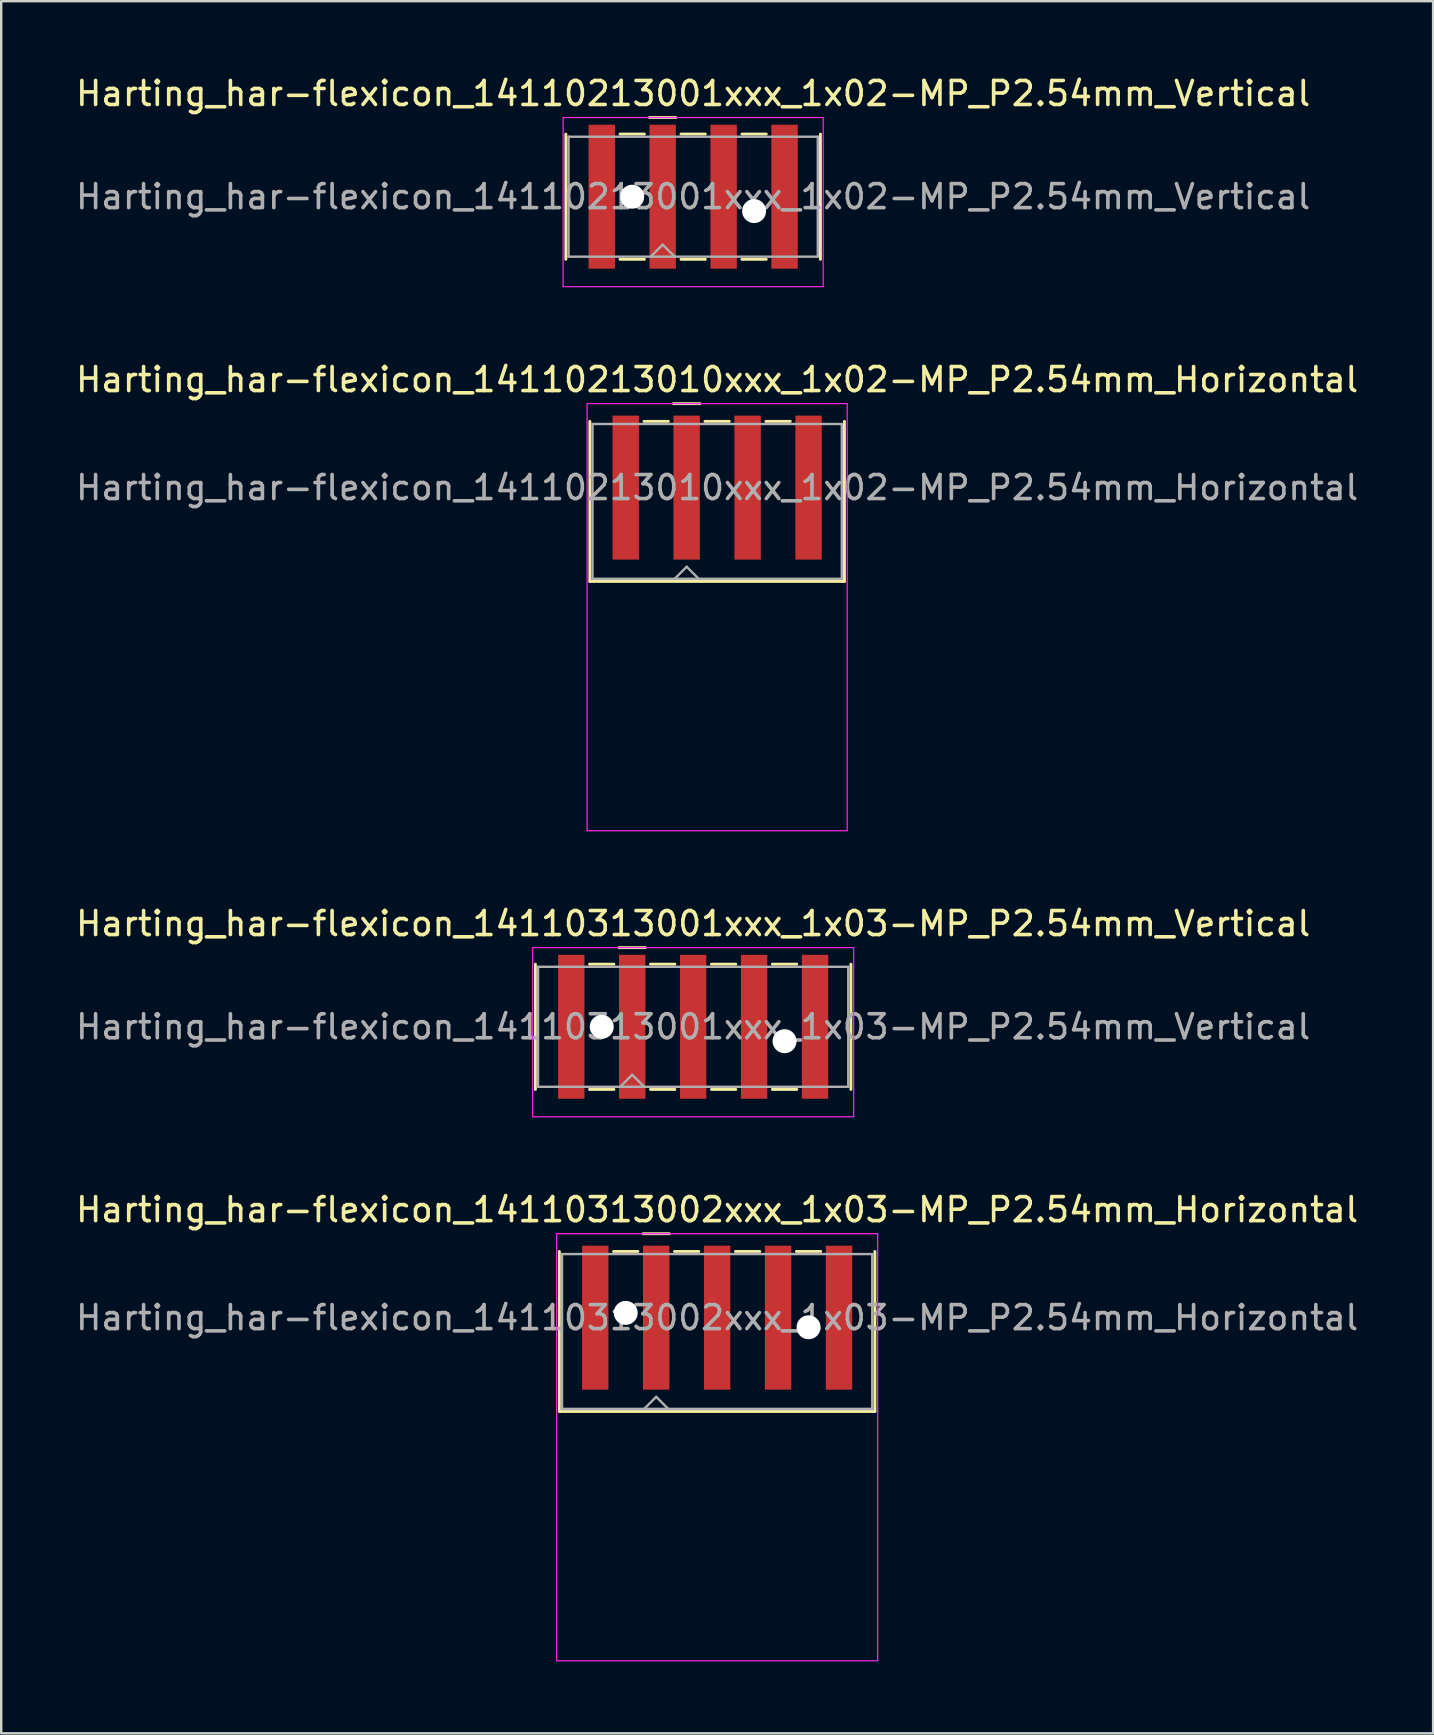
<source format=kicad_pcb>
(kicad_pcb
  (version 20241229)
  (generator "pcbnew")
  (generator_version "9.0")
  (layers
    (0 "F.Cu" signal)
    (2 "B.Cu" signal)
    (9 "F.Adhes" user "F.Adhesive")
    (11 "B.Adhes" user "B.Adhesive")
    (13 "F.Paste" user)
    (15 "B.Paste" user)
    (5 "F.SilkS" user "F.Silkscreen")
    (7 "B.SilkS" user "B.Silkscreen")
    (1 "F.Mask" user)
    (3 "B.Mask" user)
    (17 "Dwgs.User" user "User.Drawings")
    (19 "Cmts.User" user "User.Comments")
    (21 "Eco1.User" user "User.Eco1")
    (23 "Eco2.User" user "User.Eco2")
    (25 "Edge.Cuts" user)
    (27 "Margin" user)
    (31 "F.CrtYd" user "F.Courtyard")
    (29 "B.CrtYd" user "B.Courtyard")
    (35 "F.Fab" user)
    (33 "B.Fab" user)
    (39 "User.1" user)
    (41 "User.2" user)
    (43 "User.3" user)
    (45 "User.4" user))
  (footprint "Harting_har-flexicon_14110213001xxx_1x02-MP_P2.54mm_Vertical"
    (layer "F.Cu")
    (at 25.839 5.148)
    (property "Reference" "Harting_har-flexicon_14110213001xxx_1x02-MP_P2.54mm_Vertical" (at 0 -4.3 0) (layer "F.SilkS") (effects (font (size 1 1) (thickness 0.15))))
    (attr smd)
    (fp_line (start -5.305 -2.61) (end -5.305 2.61) (stroke (width 0.12) (type solid)) (layer "F.SilkS"))
    (fp_line (start -3.048 -2.61) (end -2.032 -2.61) (stroke (width 0.12) (type solid)) (layer "F.SilkS"))
    (fp_line (start -3.048 2.61) (end -2.032 2.61) (stroke (width 0.12) (type solid)) (layer "F.SilkS"))
    (fp_line (start -1.82 -3.3) (end -0.72 -3.3) (stroke (width 0.12) (type solid)) (layer "F.SilkS"))
    (fp_line (start -0.508 -2.61) (end 0.508 -2.61) (stroke (width 0.12) (type solid)) (layer "F.SilkS"))
    (fp_line (start -0.508 2.61) (end 0.508 2.61) (stroke (width 0.12) (type solid)) (layer "F.SilkS"))
    (fp_line (start 2.032 -2.61) (end 3.048 -2.61) (stroke (width 0.12) (type solid)) (layer "F.SilkS"))
    (fp_line (start 2.032 2.61) (end 3.048 2.61) (stroke (width 0.12) (type solid)) (layer "F.SilkS"))
    (fp_line (start 5.305 -2.61) (end 5.305 2.61) (stroke (width 0.12) (type solid)) (layer "F.SilkS"))
    (fp_line (start -5.42 -3.3) (end -5.42 3.75) (stroke (width 0.05) (type solid)) (layer "F.CrtYd"))
    (fp_line (start -5.42 3.75) (end 5.42 3.75) (stroke (width 0.05) (type solid)) (layer "F.CrtYd"))
    (fp_line (start 5.42 -3.3) (end -5.42 -3.3) (stroke (width 0.05) (type solid)) (layer "F.CrtYd"))
    (fp_line (start 5.42 3.75) (end 5.42 -3.3) (stroke (width 0.05) (type solid)) (layer "F.CrtYd"))
    (fp_line (start -5.195 -2.5) (end -5.195 2.5) (stroke (width 0.1) (type solid)) (layer "F.Fab"))
    (fp_line (start -5.195 2.5) (end 5.195 2.5) (stroke (width 0.1) (type solid)) (layer "F.Fab"))
    (fp_line (start -1.77 2.5) (end -1.27 2) (stroke (width 0.1) (type solid)) (layer "F.Fab"))
    (fp_line (start -1.27 2) (end -0.77 2.5) (stroke (width 0.1) (type solid)) (layer "F.Fab"))
    (fp_line (start 5.195 -2.5) (end -5.195 -2.5) (stroke (width 0.1) (type solid)) (layer "F.Fab"))
    (fp_line (start 5.195 2.5) (end 5.195 -2.5) (stroke (width 0.1) (type solid)) (layer "F.Fab"))
    (fp_text user "${REFERENCE}" (at 0 0 0) (layer "F.Fab") (effects (font (size 1 1) (thickness 0.15))))
    (pad "" np_thru_hole circle (at -2.54 0) (size 1 1) (drill 1) (layers "*.Cu" "*.Mask"))
    (pad "" np_thru_hole circle (at 2.54 0.6) (size 1 1) (drill 1) (layers "*.Cu" "*.Mask"))
    (pad "1" smd rect (at -1.27 0) (size 1.1 6) (layers "F.Cu" "F.Mask" "F.Paste"))
    (pad "2" smd rect (at 1.27 0) (size 1.1 6) (layers "F.Cu" "F.Mask" "F.Paste"))
    (pad "MP" smd rect (at -3.81 0) (size 1.1 6) (layers "F.Cu" "F.Mask" "F.Paste"))
    (pad "MP" smd rect (at 3.81 0) (size 1.1 6) (layers "F.Cu" "F.Mask" "F.Paste")))
  (footprint "Harting_har-flexicon_14110313001xxx_1x03-MP_P2.54mm_Vertical"
    (layer "F.Cu")
    (at 25.839 39.745)
    (property "Reference" "Harting_har-flexicon_14110313001xxx_1x03-MP_P2.54mm_Vertical" (at 0 -4.3 0) (layer "F.SilkS") (effects (font (size 1 1) (thickness 0.15))))
    (attr smd)
    (fp_line (start -6.575 -2.61) (end -6.575 2.61) (stroke (width 0.12) (type solid)) (layer "F.SilkS"))
    (fp_line (start -4.318 -2.61) (end -3.302 -2.61) (stroke (width 0.12) (type solid)) (layer "F.SilkS"))
    (fp_line (start -4.318 2.61) (end -3.302 2.61) (stroke (width 0.12) (type solid)) (layer "F.SilkS"))
    (fp_line (start -3.09 -3.3) (end -1.99 -3.3) (stroke (width 0.12) (type solid)) (layer "F.SilkS"))
    (fp_line (start -1.778 -2.61) (end -0.762 -2.61) (stroke (width 0.12) (type solid)) (layer "F.SilkS"))
    (fp_line (start -1.778 2.61) (end -0.762 2.61) (stroke (width 0.12) (type solid)) (layer "F.SilkS"))
    (fp_line (start 0.762 -2.61) (end 1.778 -2.61) (stroke (width 0.12) (type solid)) (layer "F.SilkS"))
    (fp_line (start 0.762 2.61) (end 1.778 2.61) (stroke (width 0.12) (type solid)) (layer "F.SilkS"))
    (fp_line (start 3.302 -2.61) (end 4.318 -2.61) (stroke (width 0.12) (type solid)) (layer "F.SilkS"))
    (fp_line (start 3.302 2.61) (end 4.318 2.61) (stroke (width 0.12) (type solid)) (layer "F.SilkS"))
    (fp_line (start 6.575 -2.61) (end 6.575 2.61) (stroke (width 0.12) (type solid)) (layer "F.SilkS"))
    (fp_line (start -6.69 -3.3) (end -6.69 3.75) (stroke (width 0.05) (type solid)) (layer "F.CrtYd"))
    (fp_line (start -6.69 3.75) (end 6.69 3.75) (stroke (width 0.05) (type solid)) (layer "F.CrtYd"))
    (fp_line (start 6.69 -3.3) (end -6.69 -3.3) (stroke (width 0.05) (type solid)) (layer "F.CrtYd"))
    (fp_line (start 6.69 3.75) (end 6.69 -3.3) (stroke (width 0.05) (type solid)) (layer "F.CrtYd"))
    (fp_line (start -6.465 -2.5) (end -6.465 2.5) (stroke (width 0.1) (type solid)) (layer "F.Fab"))
    (fp_line (start -6.465 2.5) (end 6.465 2.5) (stroke (width 0.1) (type solid)) (layer "F.Fab"))
    (fp_line (start -3.04 2.5) (end -2.54 2) (stroke (width 0.1) (type solid)) (layer "F.Fab"))
    (fp_line (start -2.54 2) (end -2.04 2.5) (stroke (width 0.1) (type solid)) (layer "F.Fab"))
    (fp_line (start 6.465 -2.5) (end -6.465 -2.5) (stroke (width 0.1) (type solid)) (layer "F.Fab"))
    (fp_line (start 6.465 2.5) (end 6.465 -2.5) (stroke (width 0.1) (type solid)) (layer "F.Fab"))
    (fp_text user "${REFERENCE}" (at 0 0 0) (layer "F.Fab") (effects (font (size 1 1) (thickness 0.15))))
    (pad "" np_thru_hole circle (at -3.81 0) (size 1 1) (drill 1) (layers "*.Cu" "*.Mask"))
    (pad "" np_thru_hole circle (at 3.81 0.6) (size 1 1) (drill 1) (layers "*.Cu" "*.Mask"))
    (pad "1" smd rect (at -2.54 0) (size 1.1 6) (layers "F.Cu" "F.Mask" "F.Paste"))
    (pad "2" smd rect (at 0 0) (size 1.1 6) (layers "F.Cu" "F.Mask" "F.Paste"))
    (pad "3" smd rect (at 2.54 0) (size 1.1 6) (layers "F.Cu" "F.Mask" "F.Paste"))
    (pad "MP" smd rect (at -5.08 0) (size 1.1 6) (layers "F.Cu" "F.Mask" "F.Paste"))
    (pad "MP" smd rect (at 5.08 0) (size 1.1 6) (layers "F.Cu" "F.Mask" "F.Paste")))
  (footprint "Harting_har-flexicon_14110213010xxx_1x02-MP_P2.54mm_Horizontal"
    (layer "F.Cu")
    (at 26.839 18.572)
    (property "Reference" "Harting_har-flexicon_14110213010xxx_1x02-MP_P2.54mm_Horizontal" (at 0 -5.8 0) (layer "F.SilkS") (effects (font (size 1 1) (thickness 0.15))))
    (attr smd)
    (fp_line (start -5.305 -4.06) (end -5.305 2.61) (stroke (width 0.12) (type solid)) (layer "F.SilkS"))
    (fp_line (start -3.048 -4.06) (end -2.032 -4.06) (stroke (width 0.12) (type solid)) (layer "F.SilkS"))
    (fp_line (start -1.82 -4.8) (end -0.72 -4.8) (stroke (width 0.12) (type solid)) (layer "F.SilkS"))
    (fp_line (start -0.508 -4.06) (end 0.508 -4.06) (stroke (width 0.12) (type solid)) (layer "F.SilkS"))
    (fp_line (start 2.032 -4.06) (end 3.048 -4.06) (stroke (width 0.12) (type solid)) (layer "F.SilkS"))
    (fp_line (start 5.305 -4.06) (end 5.305 2.61) (stroke (width 0.12) (type solid)) (layer "F.SilkS"))
    (fp_line (start 5.305 2.61) (end -5.305 2.61) (stroke (width 0.12) (type solid)) (layer "F.SilkS"))
    (fp_line (start -5.42 -4.8) (end -5.42 13) (stroke (width 0.05) (type solid)) (layer "F.CrtYd"))
    (fp_line (start -5.42 13) (end 5.42 13) (stroke (width 0.05) (type solid)) (layer "F.CrtYd"))
    (fp_line (start 5.42 -4.8) (end -5.42 -4.8) (stroke (width 0.05) (type solid)) (layer "F.CrtYd"))
    (fp_line (start 5.42 13) (end 5.42 -4.8) (stroke (width 0.05) (type solid)) (layer "F.CrtYd"))
    (fp_line (start -5.195 -3.95) (end -5.195 2.5) (stroke (width 0.1) (type solid)) (layer "F.Fab"))
    (fp_line (start -5.195 2.5) (end 5.195 2.5) (stroke (width 0.1) (type solid)) (layer "F.Fab"))
    (fp_line (start -1.77 2.5) (end -1.27 2) (stroke (width 0.1) (type solid)) (layer "F.Fab"))
    (fp_line (start -1.27 2) (end -0.77 2.5) (stroke (width 0.1) (type solid)) (layer "F.Fab"))
    (fp_line (start 5.195 -3.95) (end -5.195 -3.95) (stroke (width 0.1) (type solid)) (layer "F.Fab"))
    (fp_line (start 5.195 2.5) (end 5.195 -3.95) (stroke (width 0.1) (type solid)) (layer "F.Fab"))
    (fp_text user "${REFERENCE}" (at 0 -1.3 0) (layer "F.Fab") (effects (font (size 1 1) (thickness 0.15))))
    (pad "1" smd rect (at -1.27 -1.3) (size 1.1 6) (layers "F.Cu" "F.Mask" "F.Paste"))
    (pad "2" smd rect (at 1.27 -1.3) (size 1.1 6) (layers "F.Cu" "F.Mask" "F.Paste"))
    (pad "MP" smd rect (at -3.81 -1.3) (size 1.1 6) (layers "F.Cu" "F.Mask" "F.Paste"))
    (pad "MP" smd rect (at 3.81 -1.3) (size 1.1 6) (layers "F.Cu" "F.Mask" "F.Paste")))
  (footprint "Harting_har-flexicon_14110313002xxx_1x03-MP_P2.54mm_Horizontal"
    (layer "F.Cu")
    (at 26.839 53.168)
    (property "Reference" "Harting_har-flexicon_14110313002xxx_1x03-MP_P2.54mm_Horizontal" (at 0 -5.8 0) (layer "F.SilkS") (effects (font (size 1 1) (thickness 0.15))))
    (attr smd)
    (fp_line (start -6.575 -4.06) (end -6.575 2.61) (stroke (width 0.12) (type solid)) (layer "F.SilkS"))
    (fp_line (start -4.318 -4.06) (end -3.302 -4.06) (stroke (width 0.12) (type solid)) (layer "F.SilkS"))
    (fp_line (start -3.09 -4.8) (end -1.99 -4.8) (stroke (width 0.12) (type solid)) (layer "F.SilkS"))
    (fp_line (start -1.778 -4.06) (end -0.762 -4.06) (stroke (width 0.12) (type solid)) (layer "F.SilkS"))
    (fp_line (start 0.762 -4.06) (end 1.778 -4.06) (stroke (width 0.12) (type solid)) (layer "F.SilkS"))
    (fp_line (start 3.302 -4.06) (end 4.318 -4.06) (stroke (width 0.12) (type solid)) (layer "F.SilkS"))
    (fp_line (start 6.575 -4.06) (end 6.575 2.61) (stroke (width 0.12) (type solid)) (layer "F.SilkS"))
    (fp_line (start 6.575 2.61) (end -6.575 2.61) (stroke (width 0.12) (type solid)) (layer "F.SilkS"))
    (fp_line (start -6.69 -4.8) (end -6.69 13) (stroke (width 0.05) (type solid)) (layer "F.CrtYd"))
    (fp_line (start -6.69 13) (end 6.69 13) (stroke (width 0.05) (type solid)) (layer "F.CrtYd"))
    (fp_line (start 6.69 -4.8) (end -6.69 -4.8) (stroke (width 0.05) (type solid)) (layer "F.CrtYd"))
    (fp_line (start 6.69 13) (end 6.69 -4.8) (stroke (width 0.05) (type solid)) (layer "F.CrtYd"))
    (fp_line (start -6.465 -3.95) (end -6.465 2.5) (stroke (width 0.1) (type solid)) (layer "F.Fab"))
    (fp_line (start -6.465 2.5) (end 6.465 2.5) (stroke (width 0.1) (type solid)) (layer "F.Fab"))
    (fp_line (start -3.04 2.5) (end -2.54 2) (stroke (width 0.1) (type solid)) (layer "F.Fab"))
    (fp_line (start -2.54 2) (end -2.04 2.5) (stroke (width 0.1) (type solid)) (layer "F.Fab"))
    (fp_line (start 6.465 -3.95) (end -6.465 -3.95) (stroke (width 0.1) (type solid)) (layer "F.Fab"))
    (fp_line (start 6.465 2.5) (end 6.465 -3.95) (stroke (width 0.1) (type solid)) (layer "F.Fab"))
    (fp_text user "${REFERENCE}" (at 0 -1.3 0) (layer "F.Fab") (effects (font (size 1 1) (thickness 0.15))))
    (pad "" np_thru_hole circle (at -3.81 -1.5) (size 1 1) (drill 1) (layers "*.Cu" "*.Mask"))
    (pad "" np_thru_hole circle (at 3.81 -0.9) (size 1 1) (drill 1) (layers "*.Cu" "*.Mask"))
    (pad "1" smd rect (at -2.54 -1.3) (size 1.1 6) (layers "F.Cu" "F.Mask" "F.Paste"))
    (pad "2" smd rect (at 0 -1.3) (size 1.1 6) (layers "F.Cu" "F.Mask" "F.Paste"))
    (pad "3" smd rect (at 2.54 -1.3) (size 1.1 6) (layers "F.Cu" "F.Mask" "F.Paste"))
    (pad "MP" smd rect (at -5.08 -1.3) (size 1.1 6) (layers "F.Cu" "F.Mask" "F.Paste"))
    (pad "MP" smd rect (at 5.08 -1.3) (size 1.1 6) (layers "F.Cu" "F.Mask" "F.Paste")))
  (gr_rect
    (start -3 -3)
    (end 56.679 69.193)
    (stroke (width 0.1) (type default))
    (fill no)
    (layer "Edge.Cuts")))
</source>
